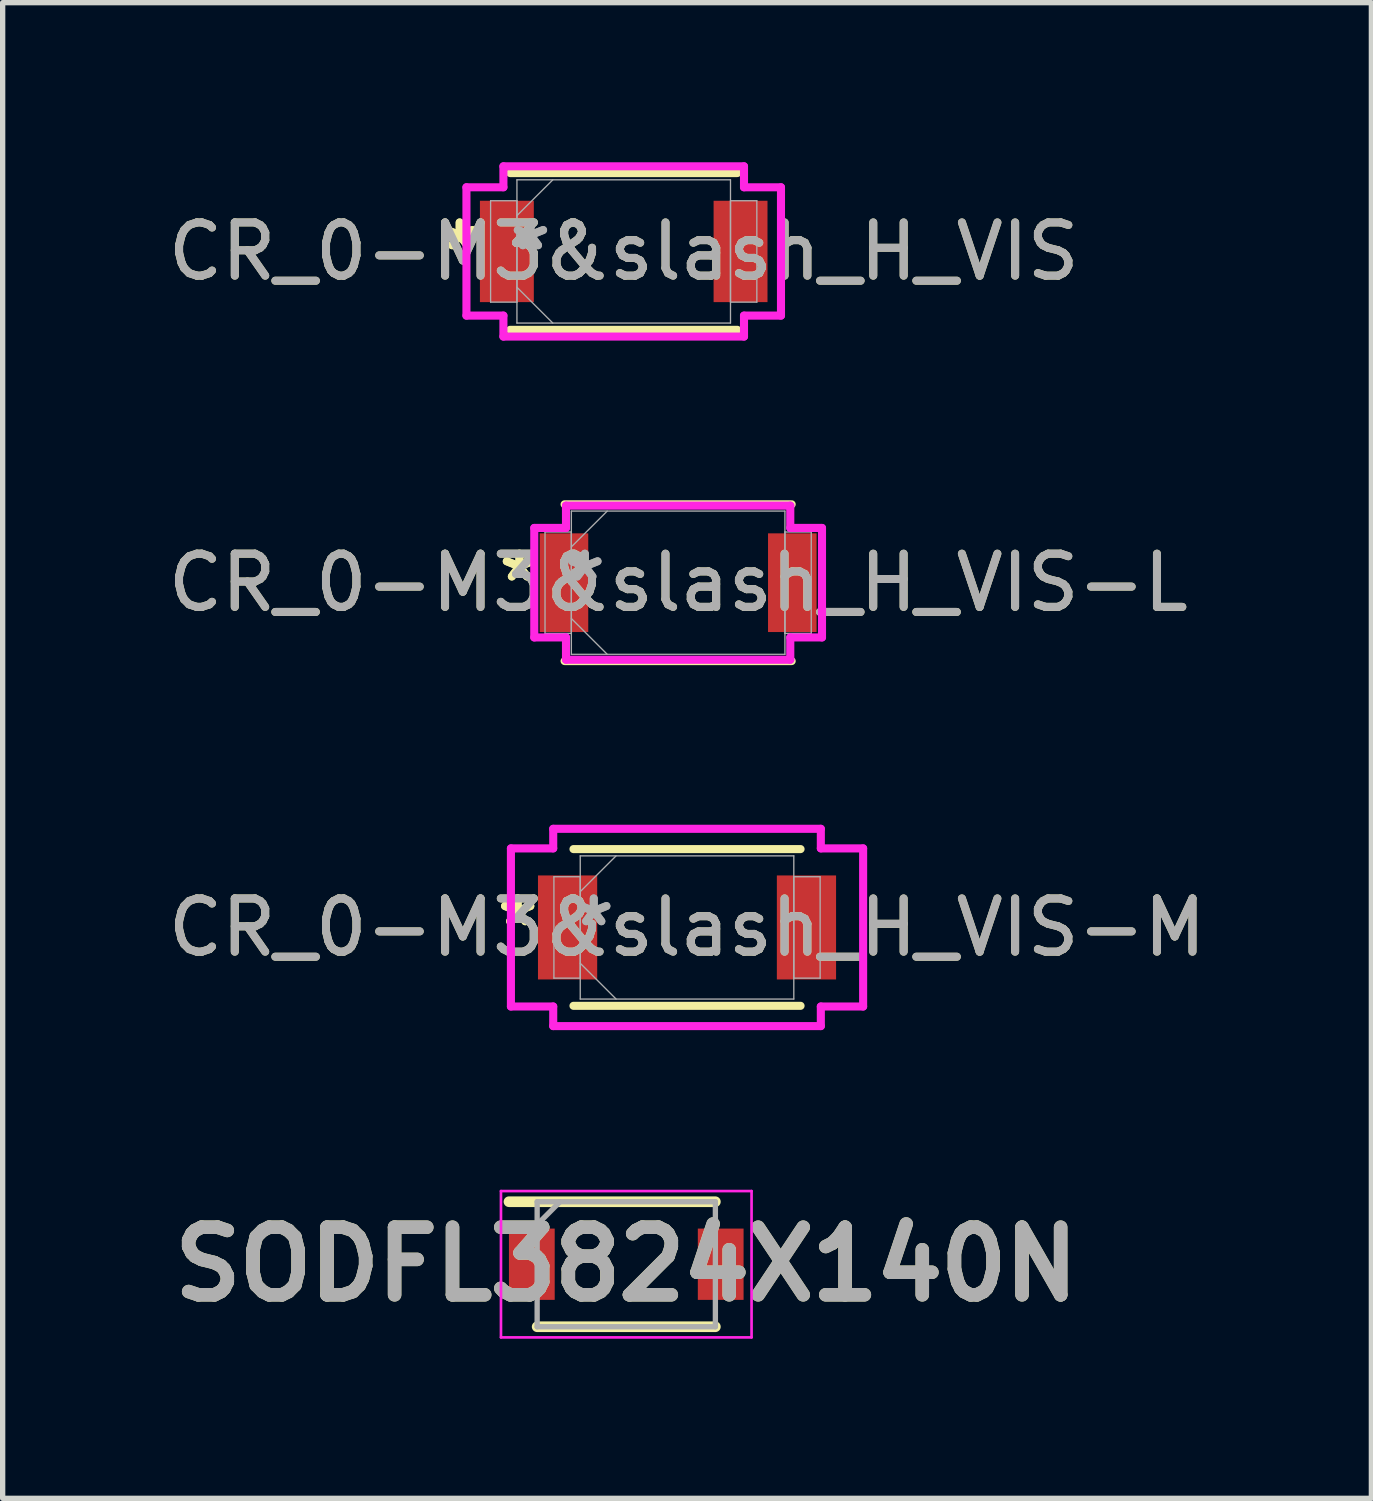
<source format=kicad_pcb>
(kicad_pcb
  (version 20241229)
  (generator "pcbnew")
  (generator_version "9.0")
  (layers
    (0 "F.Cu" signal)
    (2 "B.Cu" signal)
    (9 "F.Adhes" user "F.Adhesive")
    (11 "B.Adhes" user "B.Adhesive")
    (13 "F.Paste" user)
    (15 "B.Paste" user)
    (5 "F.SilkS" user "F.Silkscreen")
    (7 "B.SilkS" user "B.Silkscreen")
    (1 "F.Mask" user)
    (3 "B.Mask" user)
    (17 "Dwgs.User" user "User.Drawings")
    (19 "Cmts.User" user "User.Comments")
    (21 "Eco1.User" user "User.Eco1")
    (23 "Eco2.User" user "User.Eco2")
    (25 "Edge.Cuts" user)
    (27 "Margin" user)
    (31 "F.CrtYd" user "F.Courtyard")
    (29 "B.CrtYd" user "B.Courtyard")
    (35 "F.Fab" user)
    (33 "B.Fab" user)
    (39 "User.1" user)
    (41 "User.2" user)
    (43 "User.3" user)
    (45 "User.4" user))
  (footprint "SODFL3824X140N"
    (layer "F.Cu")
    (at 8.721 20.712)
    (property "Reference" "SODFL3824X140N" (at 0 0 0) (layer "F.SilkS") (effects (font (size 1.27 1.27) (thickness 0.254))))
    (attr smd)
    (fp_line (start -2.205 -1.175) (end 1.675 -1.175) (stroke (width 0.2) (type solid)) (layer "F.SilkS"))
    (fp_line (start -1.675 1.175) (end 1.675 1.175) (stroke (width 0.2) (type solid)) (layer "F.SilkS"))
    (fp_line (start -2.355 -1.375) (end 2.355 -1.375) (stroke (width 0.05) (type solid)) (layer "F.CrtYd"))
    (fp_line (start -2.355 1.375) (end -2.355 -1.375) (stroke (width 0.05) (type solid)) (layer "F.CrtYd"))
    (fp_line (start 2.355 -1.375) (end 2.355 1.375) (stroke (width 0.05) (type solid)) (layer "F.CrtYd"))
    (fp_line (start 2.355 1.375) (end -2.355 1.375) (stroke (width 0.05) (type solid)) (layer "F.CrtYd"))
    (fp_line (start -1.675 -1.175) (end 1.675 -1.175) (stroke (width 0.1) (type solid)) (layer "F.Fab"))
    (fp_line (start -1.675 -0.745) (end -1.245 -1.175) (stroke (width 0.1) (type solid)) (layer "F.Fab"))
    (fp_line (start -1.675 1.175) (end -1.675 -1.175) (stroke (width 0.1) (type solid)) (layer "F.Fab"))
    (fp_line (start 1.675 -1.175) (end 1.675 1.175) (stroke (width 0.1) (type solid)) (layer "F.Fab"))
    (fp_line (start 1.675 1.175) (end -1.675 1.175) (stroke (width 0.1) (type solid)) (layer "F.Fab"))
    (fp_text user "${REFERENCE}" (at 0 0 0) (layer "F.Fab") (effects (font (size 1.27 1.27) (thickness 0.254))))
    (pad "1" smd rect (at -1.775 0) (size 0.86 1.34) (layers "F.Cu" "F.Mask" "F.Paste"))
    (pad "2" smd rect (at 1.775 0) (size 0.86 1.34) (layers "F.Cu" "F.Mask" "F.Paste")))
  (footprint "CR_0-M3&slash_H_VIS-L"
    (layer "F.Cu")
    (at 9.696 7.902)
    (property "Reference" "CR_0-M3&slash_H_VIS-L" (at 0 0 0) (unlocked yes) (layer "F.SilkS") (effects (font (size 1 1) (thickness 0.15))))
    (attr smd)
    (fp_line (start -2.134 1.473) (end 2.134 1.473) (stroke (width 0.152) (type solid)) (layer "F.SilkS"))
    (fp_line (start 2.134 -1.473) (end -2.134 -1.473) (stroke (width 0.152) (type solid)) (layer "F.SilkS"))
    (fp_line (start -2.704 -1.029) (end -2.108 -1.029) (stroke (width 0.152) (type solid)) (layer "F.CrtYd"))
    (fp_line (start -2.704 1.029) (end -2.704 -1.029) (stroke (width 0.152) (type solid)) (layer "F.CrtYd"))
    (fp_line (start -2.108 -1.448) (end 2.108 -1.448) (stroke (width 0.152) (type solid)) (layer "F.CrtYd"))
    (fp_line (start -2.108 -1.029) (end -2.108 -1.448) (stroke (width 0.152) (type solid)) (layer "F.CrtYd"))
    (fp_line (start -2.108 1.029) (end -2.704 1.029) (stroke (width 0.152) (type solid)) (layer "F.CrtYd"))
    (fp_line (start -2.108 1.448) (end -2.108 1.029) (stroke (width 0.152) (type solid)) (layer "F.CrtYd"))
    (fp_line (start 2.108 -1.448) (end 2.108 -1.029) (stroke (width 0.152) (type solid)) (layer "F.CrtYd"))
    (fp_line (start 2.108 -1.029) (end 2.704 -1.029) (stroke (width 0.152) (type solid)) (layer "F.CrtYd"))
    (fp_line (start 2.108 1.029) (end 2.108 1.448) (stroke (width 0.152) (type solid)) (layer "F.CrtYd"))
    (fp_line (start 2.108 1.448) (end -2.108 1.448) (stroke (width 0.152) (type solid)) (layer "F.CrtYd"))
    (fp_line (start 2.704 -1.029) (end 2.704 1.029) (stroke (width 0.152) (type solid)) (layer "F.CrtYd"))
    (fp_line (start 2.704 1.029) (end 2.108 1.029) (stroke (width 0.152) (type solid)) (layer "F.CrtYd"))
    (fp_line (start -2.502 -0.953) (end -2.502 0.953) (stroke (width 0.025) (type solid)) (layer "F.Fab"))
    (fp_line (start -2.502 0.953) (end -2.007 0.953) (stroke (width 0.025) (type solid)) (layer "F.Fab"))
    (fp_line (start -2.007 -1.346) (end -2.007 1.346) (stroke (width 0.025) (type solid)) (layer "F.Fab"))
    (fp_line (start -2.007 -0.953) (end -2.502 -0.953) (stroke (width 0.025) (type solid)) (layer "F.Fab"))
    (fp_line (start -2.007 -0.673) (end -1.333 -1.346) (stroke (width 0.025) (type solid)) (layer "F.Fab"))
    (fp_line (start -2.007 0.673) (end -1.333 1.346) (stroke (width 0.025) (type solid)) (layer "F.Fab"))
    (fp_line (start -2.007 0.953) (end -2.007 -0.953) (stroke (width 0.025) (type solid)) (layer "F.Fab"))
    (fp_line (start -2.007 1.346) (end 2.007 1.346) (stroke (width 0.025) (type solid)) (layer "F.Fab"))
    (fp_line (start 2.007 -1.346) (end -2.007 -1.346) (stroke (width 0.025) (type solid)) (layer "F.Fab"))
    (fp_line (start 2.007 -0.953) (end 2.007 0.953) (stroke (width 0.025) (type solid)) (layer "F.Fab"))
    (fp_line (start 2.007 0.953) (end 2.502 0.953) (stroke (width 0.025) (type solid)) (layer "F.Fab"))
    (fp_line (start 2.007 1.346) (end 2.007 -1.346) (stroke (width 0.025) (type solid)) (layer "F.Fab"))
    (fp_line (start 2.502 -0.953) (end 2.007 -0.953) (stroke (width 0.025) (type solid)) (layer "F.Fab"))
    (fp_line (start 2.502 0.953) (end 2.502 -0.953) (stroke (width 0.025) (type solid)) (layer "F.Fab"))
    (fp_text user "*" (at -2.983 0 0) (unlocked yes) (layer "F.SilkS") (effects (font (size 1 1) (thickness 0.15))))
    (fp_text user "*" (at -2.983 0 0) (layer "F.SilkS") (effects (font (size 1 1) (thickness 0.15))))
    (fp_text user "${REFERENCE}" (at 0 0 0) (unlocked yes) (layer "F.Fab") (effects (font (size 1 1) (thickness 0.15))))
    (fp_text user "*" (at -1.753 0 0) (layer "F.Fab") (effects (font (size 1 1) (thickness 0.15))))
    (fp_text user "*" (at -1.753 0 0) (unlocked yes) (layer "F.Fab") (effects (font (size 1 1) (thickness 0.15))))
    (pad "1" smd rect (at -2.146 0) (size 0.913 1.855) (layers "F.Cu" "F.Mask" "F.Paste"))
    (pad "2" smd rect (at 2.146 0) (size 0.913 1.855) (layers "F.Cu" "F.Mask" "F.Paste"))
    (zone (net_name "") (layer "F.Cu") (hatch full 0.508) (connect_pads) (min_thickness 0.254) (filled_areas_thickness no) (keepout (tracks not_allowed) (vias not_allowed) (pads allowed) (copperpour not_allowed) (footprints allowed)) (placement (enabled no)) (fill) (polygon (pts (xy 8.058 6.607) (xy 11.335 6.607) (xy 11.335 9.198) (xy 8.058 9.198)))))
  (footprint "CR_0-M3&slash_H_VIS-M"
    (layer "F.Cu")
    (at 9.863 14.382)
    (property "Reference" "CR_0-M3&slash_H_VIS-M" (at 0 0 0) (unlocked yes) (layer "F.SilkS") (effects (font (size 1 1) (thickness 0.15))))
    (attr smd)
    (fp_line (start -2.134 1.473) (end 2.134 1.473) (stroke (width 0.152) (type solid)) (layer "F.SilkS"))
    (fp_line (start 2.134 -1.473) (end -2.134 -1.473) (stroke (width 0.152) (type solid)) (layer "F.SilkS"))
    (fp_line (start -3.31 -1.486) (end -2.515 -1.486) (stroke (width 0.152) (type solid)) (layer "F.CrtYd"))
    (fp_line (start -3.31 1.486) (end -3.31 -1.486) (stroke (width 0.152) (type solid)) (layer "F.CrtYd"))
    (fp_line (start -2.515 -1.854) (end 2.515 -1.854) (stroke (width 0.152) (type solid)) (layer "F.CrtYd"))
    (fp_line (start -2.515 -1.486) (end -2.515 -1.854) (stroke (width 0.152) (type solid)) (layer "F.CrtYd"))
    (fp_line (start -2.515 1.486) (end -3.31 1.486) (stroke (width 0.152) (type solid)) (layer "F.CrtYd"))
    (fp_line (start -2.515 1.854) (end -2.515 1.486) (stroke (width 0.152) (type solid)) (layer "F.CrtYd"))
    (fp_line (start 2.515 -1.854) (end 2.515 -1.486) (stroke (width 0.152) (type solid)) (layer "F.CrtYd"))
    (fp_line (start 2.515 -1.486) (end 3.31 -1.486) (stroke (width 0.152) (type solid)) (layer "F.CrtYd"))
    (fp_line (start 2.515 1.486) (end 2.515 1.854) (stroke (width 0.152) (type solid)) (layer "F.CrtYd"))
    (fp_line (start 2.515 1.854) (end -2.515 1.854) (stroke (width 0.152) (type solid)) (layer "F.CrtYd"))
    (fp_line (start 3.31 -1.486) (end 3.31 1.486) (stroke (width 0.152) (type solid)) (layer "F.CrtYd"))
    (fp_line (start 3.31 1.486) (end 2.515 1.486) (stroke (width 0.152) (type solid)) (layer "F.CrtYd"))
    (fp_line (start -2.502 -0.953) (end -2.502 0.953) (stroke (width 0.025) (type solid)) (layer "F.Fab"))
    (fp_line (start -2.502 0.953) (end -2.007 0.953) (stroke (width 0.025) (type solid)) (layer "F.Fab"))
    (fp_line (start -2.007 -1.346) (end -2.007 1.346) (stroke (width 0.025) (type solid)) (layer "F.Fab"))
    (fp_line (start -2.007 -0.953) (end -2.502 -0.953) (stroke (width 0.025) (type solid)) (layer "F.Fab"))
    (fp_line (start -2.007 -0.673) (end -1.333 -1.346) (stroke (width 0.025) (type solid)) (layer "F.Fab"))
    (fp_line (start -2.007 0.673) (end -1.333 1.346) (stroke (width 0.025) (type solid)) (layer "F.Fab"))
    (fp_line (start -2.007 0.953) (end -2.007 -0.953) (stroke (width 0.025) (type solid)) (layer "F.Fab"))
    (fp_line (start -2.007 1.346) (end 2.007 1.346) (stroke (width 0.025) (type solid)) (layer "F.Fab"))
    (fp_line (start 2.007 -1.346) (end -2.007 -1.346) (stroke (width 0.025) (type solid)) (layer "F.Fab"))
    (fp_line (start 2.007 -0.953) (end 2.007 0.953) (stroke (width 0.025) (type solid)) (layer "F.Fab"))
    (fp_line (start 2.007 0.953) (end 2.502 0.953) (stroke (width 0.025) (type solid)) (layer "F.Fab"))
    (fp_line (start 2.007 1.346) (end 2.007 -1.346) (stroke (width 0.025) (type solid)) (layer "F.Fab"))
    (fp_line (start 2.502 -0.953) (end 2.007 -0.953) (stroke (width 0.025) (type solid)) (layer "F.Fab"))
    (fp_line (start 2.502 0.953) (end 2.502 -0.953) (stroke (width 0.025) (type solid)) (layer "F.Fab"))
    (fp_text user "*" (at -3.183 0 0) (layer "F.SilkS") (effects (font (size 1 1) (thickness 0.15))))
    (fp_text user "*" (at -3.183 0 0) (unlocked yes) (layer "F.SilkS") (effects (font (size 1 1) (thickness 0.15))))
    (fp_text user "${REFERENCE}" (at 0 0 0) (unlocked yes) (layer "F.Fab") (effects (font (size 1 1) (thickness 0.15))))
    (fp_text user "*" (at -1.753 0 0) (layer "F.Fab") (effects (font (size 1 1) (thickness 0.15))))
    (fp_text user "*" (at -1.753 0 0) (unlocked yes) (layer "F.Fab") (effects (font (size 1 1) (thickness 0.15))))
    (pad "1" smd rect (at -2.245 0) (size 1.113 1.955) (layers "F.Cu" "F.Mask" "F.Paste"))
    (pad "2" smd rect (at 2.245 0) (size 1.113 1.955) (layers "F.Cu" "F.Mask" "F.Paste"))
    (zone (net_name "") (layer "F.Cu") (hatch full 0.508) (connect_pads) (min_thickness 0.254) (filled_areas_thickness no) (keepout (tracks not_allowed) (vias not_allowed) (pads allowed) (copperpour not_allowed) (footprints allowed)) (placement (enabled no)) (fill) (polygon (pts (xy 8.225 13.087) (xy 11.501 13.087) (xy 11.501 15.677) (xy 8.225 15.677)))))
  (footprint "CR_0-M3&slash_H_VIS"
    (layer "F.Cu")
    (at 8.673 1.676)
    (property "Reference" "CR_0-M3&slash_H_VIS" (at 0 0 0) (unlocked yes) (layer "F.SilkS") (effects (font (size 1 1) (thickness 0.15))))
    (attr smd)
    (fp_line (start -2.134 1.473) (end 2.134 1.473) (stroke (width 0.152) (type solid)) (layer "F.SilkS"))
    (fp_line (start 2.134 -1.473) (end -2.134 -1.473) (stroke (width 0.152) (type solid)) (layer "F.SilkS"))
    (fp_line (start -2.956 -1.206) (end -2.261 -1.206) (stroke (width 0.152) (type solid)) (layer "F.CrtYd"))
    (fp_line (start -2.956 1.206) (end -2.956 -1.206) (stroke (width 0.152) (type solid)) (layer "F.CrtYd"))
    (fp_line (start -2.261 -1.6) (end 2.261 -1.6) (stroke (width 0.152) (type solid)) (layer "F.CrtYd"))
    (fp_line (start -2.261 -1.206) (end -2.261 -1.6) (stroke (width 0.152) (type solid)) (layer "F.CrtYd"))
    (fp_line (start -2.261 1.206) (end -2.956 1.206) (stroke (width 0.152) (type solid)) (layer "F.CrtYd"))
    (fp_line (start -2.261 1.6) (end -2.261 1.206) (stroke (width 0.152) (type solid)) (layer "F.CrtYd"))
    (fp_line (start 2.261 -1.6) (end 2.261 -1.206) (stroke (width 0.152) (type solid)) (layer "F.CrtYd"))
    (fp_line (start 2.261 -1.206) (end 2.956 -1.206) (stroke (width 0.152) (type solid)) (layer "F.CrtYd"))
    (fp_line (start 2.261 1.206) (end 2.261 1.6) (stroke (width 0.152) (type solid)) (layer "F.CrtYd"))
    (fp_line (start 2.261 1.6) (end -2.261 1.6) (stroke (width 0.152) (type solid)) (layer "F.CrtYd"))
    (fp_line (start 2.956 -1.206) (end 2.956 1.206) (stroke (width 0.152) (type solid)) (layer "F.CrtYd"))
    (fp_line (start 2.956 1.206) (end 2.261 1.206) (stroke (width 0.152) (type solid)) (layer "F.CrtYd"))
    (fp_line (start -2.502 -0.953) (end -2.502 0.953) (stroke (width 0.025) (type solid)) (layer "F.Fab"))
    (fp_line (start -2.502 0.953) (end -2.007 0.953) (stroke (width 0.025) (type solid)) (layer "F.Fab"))
    (fp_line (start -2.007 -1.346) (end -2.007 1.346) (stroke (width 0.025) (type solid)) (layer "F.Fab"))
    (fp_line (start -2.007 -0.953) (end -2.502 -0.953) (stroke (width 0.025) (type solid)) (layer "F.Fab"))
    (fp_line (start -2.007 -0.673) (end -1.333 -1.346) (stroke (width 0.025) (type solid)) (layer "F.Fab"))
    (fp_line (start -2.007 0.673) (end -1.333 1.346) (stroke (width 0.025) (type solid)) (layer "F.Fab"))
    (fp_line (start -2.007 0.953) (end -2.007 -0.953) (stroke (width 0.025) (type solid)) (layer "F.Fab"))
    (fp_line (start -2.007 1.346) (end 2.007 1.346) (stroke (width 0.025) (type solid)) (layer "F.Fab"))
    (fp_line (start 2.007 -1.346) (end -2.007 -1.346) (stroke (width 0.025) (type solid)) (layer "F.Fab"))
    (fp_line (start 2.007 -0.953) (end 2.007 0.953) (stroke (width 0.025) (type solid)) (layer "F.Fab"))
    (fp_line (start 2.007 0.953) (end 2.502 0.953) (stroke (width 0.025) (type solid)) (layer "F.Fab"))
    (fp_line (start 2.007 1.346) (end 2.007 -1.346) (stroke (width 0.025) (type solid)) (layer "F.Fab"))
    (fp_line (start 2.502 -0.953) (end 2.007 -0.953) (stroke (width 0.025) (type solid)) (layer "F.Fab"))
    (fp_line (start 2.502 0.953) (end 2.502 -0.953) (stroke (width 0.025) (type solid)) (layer "F.Fab"))
    (fp_text user "*" (at -3.083 0 0) (unlocked yes) (layer "F.SilkS") (effects (font (size 1 1) (thickness 0.15))))
    (fp_text user "*" (at -3.083 0 0) (layer "F.SilkS") (effects (font (size 1 1) (thickness 0.15))))
    (fp_text user "*" (at -1.753 0 0) (unlocked yes) (layer "F.Fab") (effects (font (size 1 1) (thickness 0.15))))
    (fp_text user "${REFERENCE}" (at 0 0 0) (unlocked yes) (layer "F.Fab") (effects (font (size 1 1) (thickness 0.15))))
    (fp_text user "*" (at -1.753 0 0) (layer "F.Fab") (effects (font (size 1 1) (thickness 0.15))))
    (pad "1" smd rect (at -2.196 0) (size 1.013 1.905) (layers "F.Cu" "F.Mask" "F.Paste"))
    (pad "2" smd rect (at 2.196 0) (size 1.013 1.905) (layers "F.Cu" "F.Mask" "F.Paste"))
    (zone (net_name "") (layer "F.Cu") (hatch full 0.508) (connect_pads) (min_thickness 0.254) (filled_areas_thickness no) (keepout (tracks not_allowed) (vias not_allowed) (pads allowed) (copperpour not_allowed) (footprints allowed)) (placement (enabled no)) (fill) (polygon (pts (xy 7.034 0.381) (xy 10.311 0.381) (xy 10.311 2.972) (xy 7.034 2.972)))))
  (gr_rect
    (start -3 -3)
    (end 22.726 25.112)
    (stroke (width 0.1) (type default))
    (fill no)
    (layer "Edge.Cuts")))
</source>
